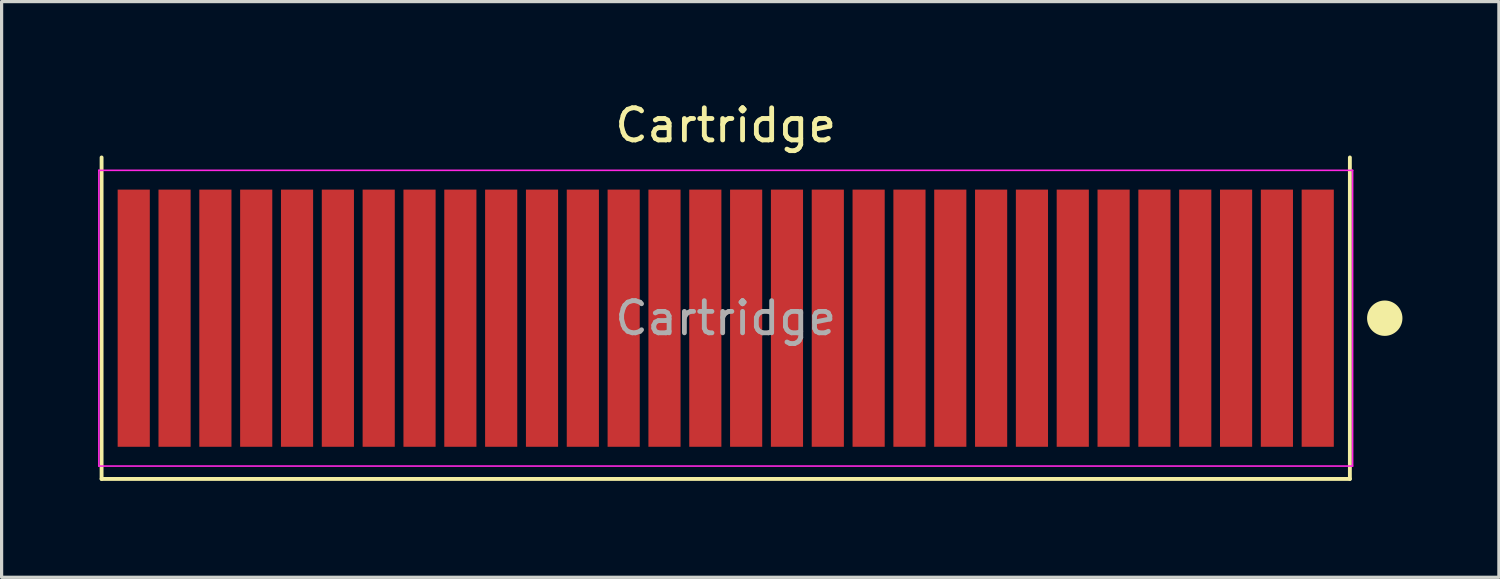
<source format=kicad_pcb>
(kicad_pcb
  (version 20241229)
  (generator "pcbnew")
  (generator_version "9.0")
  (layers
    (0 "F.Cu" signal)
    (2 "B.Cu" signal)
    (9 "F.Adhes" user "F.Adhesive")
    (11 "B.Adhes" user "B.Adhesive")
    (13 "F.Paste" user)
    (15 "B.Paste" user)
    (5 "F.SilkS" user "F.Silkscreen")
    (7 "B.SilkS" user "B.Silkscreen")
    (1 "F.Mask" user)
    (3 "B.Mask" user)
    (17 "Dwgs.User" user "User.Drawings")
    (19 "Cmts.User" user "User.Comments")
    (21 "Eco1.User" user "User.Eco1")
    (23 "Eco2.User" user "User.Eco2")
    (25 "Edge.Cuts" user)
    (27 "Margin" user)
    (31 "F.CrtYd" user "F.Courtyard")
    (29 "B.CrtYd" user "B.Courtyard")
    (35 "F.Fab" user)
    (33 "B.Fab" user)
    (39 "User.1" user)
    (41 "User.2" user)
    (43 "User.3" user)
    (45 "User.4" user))
  (footprint "Cartridge"
    (layer "F.Cu")
    (at 19.525 6.848)
    (property "Reference" "Cartridge" (at 0 -6 0) (unlocked yes) (layer "F.SilkS") (effects (font (size 1 1) (thickness 0.15))))
    (attr smd)
    (fp_line (start -19.415 5) (end -19.415 -5) (stroke (width 0.12) (type default)) (layer "F.SilkS"))
    (fp_line (start -19.415 5) (end 19.415 5) (stroke (width 0.12) (type default)) (layer "F.SilkS"))
    (fp_line (start 19.415 -5) (end 19.415 5) (stroke (width 0.12) (type default)) (layer "F.SilkS"))
    (fp_circle (center 20.5 0) (end 21 0) (stroke (width 0.1) (type solid)) (fill yes) (layer "F.SilkS"))
    (fp_line (start -19.5 -4.6) (end 19.5 -4.6) (stroke (width 0.05) (type default)) (layer "F.CrtYd"))
    (fp_line (start -19.5 4.6) (end -19.5 -4.6) (stroke (width 0.05) (type default)) (layer "F.CrtYd"))
    (fp_line (start 19.5 -4.6) (end 19.5 4.6) (stroke (width 0.05) (type default)) (layer "F.CrtYd"))
    (fp_line (start 19.5 4.6) (end -19.5 4.6) (stroke (width 0.05) (type default)) (layer "F.CrtYd"))
    (fp_text user "${REFERENCE}" (at 0 0 0) (layer "F.Fab") (effects (font (size 1 1) (thickness 0.15))))
    (pad "1" smd rect (at -18.415 0) (size 1 8) (layers "F.Cu" "F.Mask"))
    (pad "2" smd rect (at -17.145 0) (size 1 8) (layers "F.Cu" "F.Mask"))
    (pad "3" smd rect (at -15.875 0) (size 1 8) (layers "F.Cu" "F.Mask"))
    (pad "4" smd rect (at -14.605 0) (size 1 8) (layers "F.Cu" "F.Mask"))
    (pad "5" smd rect (at -13.335 0) (size 1 8) (layers "F.Cu" "F.Mask"))
    (pad "6" smd rect (at -12.065 0) (size 1 8) (layers "F.Cu" "F.Mask"))
    (pad "7" smd rect (at -10.795 0) (size 1 8) (layers "F.Cu" "F.Mask"))
    (pad "8" smd rect (at -9.525 0) (size 1 8) (layers "F.Cu" "F.Mask"))
    (pad "9" smd rect (at -8.255 0) (size 1 8) (layers "F.Cu" "F.Mask"))
    (pad "10" smd rect (at -6.985 0) (size 1 8) (layers "F.Cu" "F.Mask"))
    (pad "11" smd rect (at -5.715 0) (size 1 8) (layers "F.Cu" "F.Mask"))
    (pad "12" smd rect (at -4.445 0) (size 1 8) (layers "F.Cu" "F.Mask"))
    (pad "13" smd rect (at -3.175 0) (size 1 8) (layers "F.Cu" "F.Mask"))
    (pad "14" smd rect (at -1.905 0) (size 1 8) (layers "F.Cu" "F.Mask"))
    (pad "15" smd rect (at -0.635 0) (size 1 8) (layers "F.Cu" "F.Mask"))
    (pad "16" smd rect (at 0.635 0) (size 1 8) (layers "F.Cu" "F.Mask"))
    (pad "17" smd rect (at 1.905 0) (size 1 8) (layers "F.Cu" "F.Mask"))
    (pad "18" smd rect (at 3.175 0) (size 1 8) (layers "F.Cu" "F.Mask"))
    (pad "19" smd rect (at 4.445 0) (size 1 8) (layers "F.Cu" "F.Mask"))
    (pad "20" smd rect (at 5.715 0) (size 1 8) (layers "F.Cu" "F.Mask"))
    (pad "21" smd rect (at 6.985 0) (size 1 8) (layers "F.Cu" "F.Mask"))
    (pad "22" smd rect (at 8.255 0) (size 1 8) (layers "F.Cu" "F.Mask"))
    (pad "23" smd rect (at 9.525 0) (size 1 8) (layers "F.Cu" "F.Mask"))
    (pad "24" smd rect (at 10.795 0) (size 1 8) (layers "F.Cu" "F.Mask"))
    (pad "25" smd rect (at 12.065 0) (size 1 8) (layers "F.Cu" "F.Mask"))
    (pad "26" smd rect (at 13.335 0) (size 1 8) (layers "F.Cu" "F.Mask"))
    (pad "27" smd rect (at 14.605 0) (size 1 8) (layers "F.Cu" "F.Mask"))
    (pad "28" smd rect (at 15.875 0) (size 1 8) (layers "F.Cu" "F.Mask"))
    (pad "29" smd rect (at 17.145 0) (size 1 8) (layers "F.Cu" "F.Mask"))
    (pad "30" smd rect (at 18.415 0) (size 1 8) (layers "F.Cu" "F.Mask")))
  (gr_rect
    (start -3 -3)
    (end 43.575 14.908)
    (stroke (width 0.1) (type default))
    (fill no)
    (layer "Edge.Cuts")))
</source>
